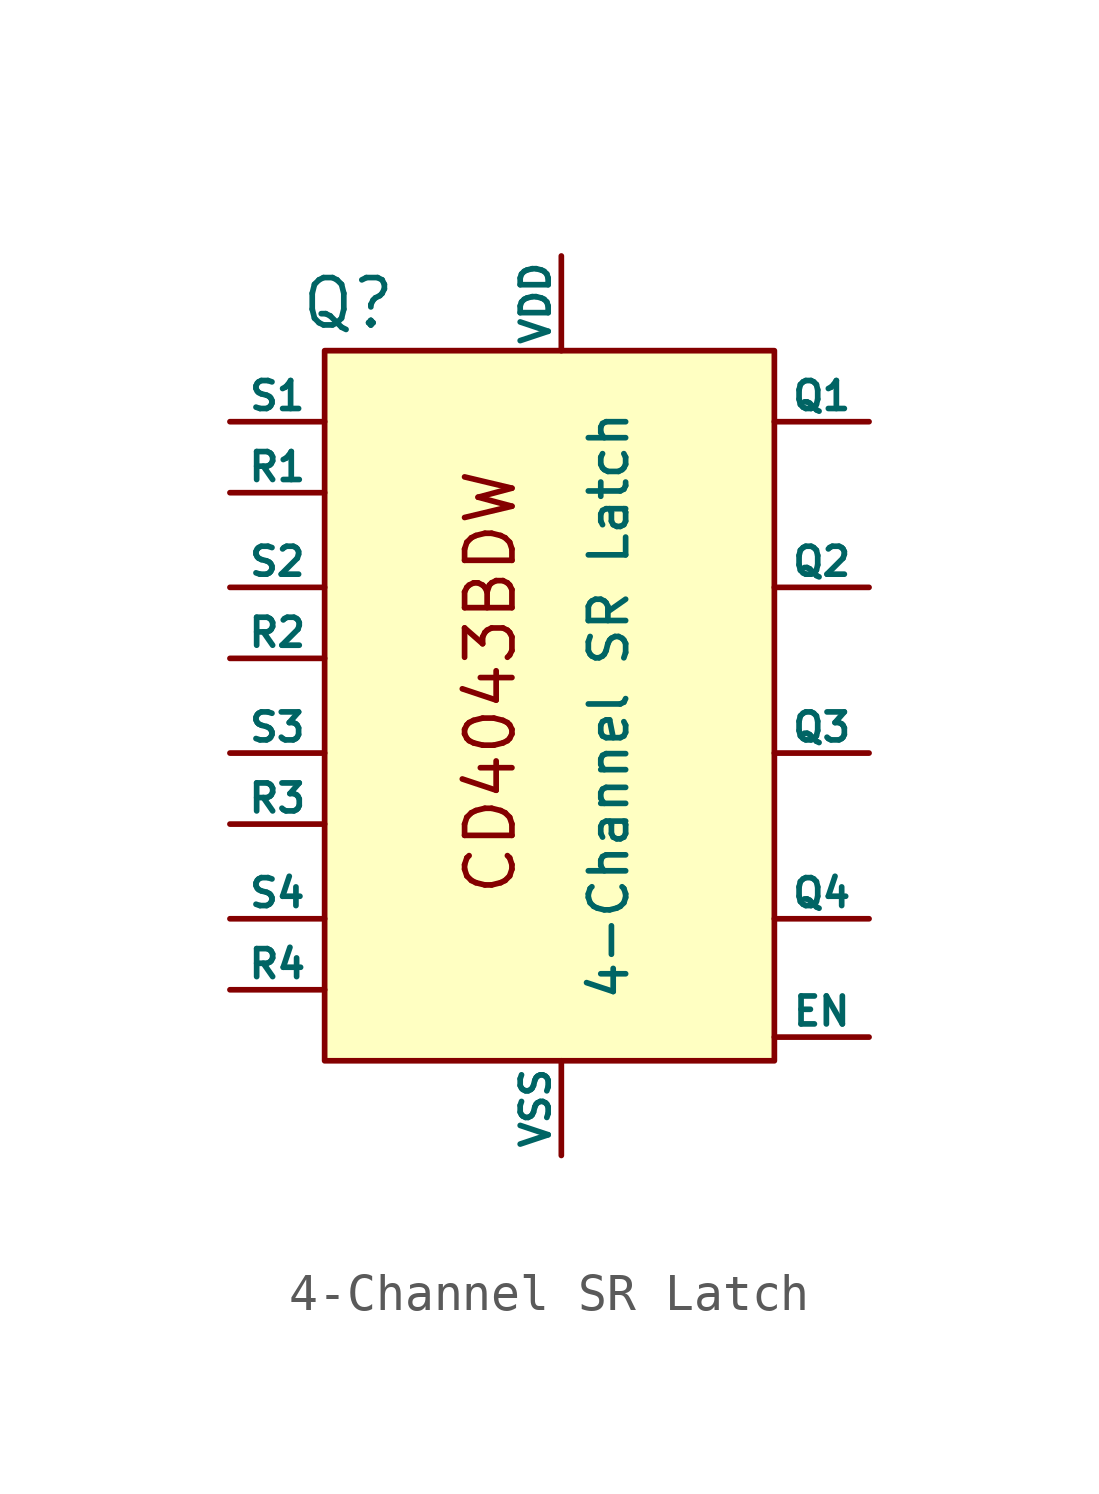
<source format=kicad_sym>
(kicad_symbol_lib
  (version 20211014)
  (generator kicad_symbol_editor)
  (symbol "4-Channel SR Latch"
    (pin_numbers hide)
    (pin_names
      (offset 0))
    (property "Reference" "Q"
      (at -5.715 7.62 0)
      (effects (font (size 1.27 1.27))))
    (property "Value" "4-Channel SR Latch"
      (at 1.27 -3.175 90)
      (effects (font (size 1 1))))
    (symbol "4-Channel SR Latch_0_0"
      (text "CD4043BDW" (at -1.905 -2.54 900) (effects (font (size 1.27 1.27)))))
    (symbol "4-Channel SR Latch_0_1"
      (rectangle (start -6.35 6.35) (end 5.715 -12.7) (stroke (width 0) (type default) (color 0 0 0 0)) (fill (type background))))
    (symbol "4-Channel SR Latch_1_1"
      (pin output line (at 8.255 -8.89 180) (length 2.54) (name "Q4" (effects (font (size 0.75 0.75)))) (number "1" (effects (font (size 1.27 1.27)))))
      (pin output line (at 8.255 -4.445 180) (length 2.54) (name "Q3" (effects (font (size 0.75 0.75)))) (number "10" (effects (font (size 1.27 1.27)))))
      (pin input line (at -8.89 -6.35 0) (length 2.54) (name "R3" (effects (font (size 0.75 0.75)))) (number "11" (effects (font (size 1.27 1.27)))))
      (pin input line (at -8.89 -4.445 0) (length 2.54) (name "S3" (effects (font (size 0.75 0.75)))) (number "12" (effects (font (size 1.27 1.27)))))
      (pin input line (at -8.89 -8.89 0) (length 2.54) (name "S4" (effects (font (size 0.75 0.75)))) (number "14" (effects (font (size 1.27 1.27)))))
      (pin input line (at -8.89 -10.795 0) (length 2.54) (name "R4" (effects (font (size 0.75 0.75)))) (number "15" (effects (font (size 1.27 1.27)))))
      (pin input line (at 0 8.89 270) (length 2.54) (name "VDD" (effects (font (size 0.75 0.75)))) (number "16" (effects (font (size 1.27 1.27)))))
      (pin output line (at 8.255 4.445 180) (length 2.54) (name "Q1" (effects (font (size 0.75 0.75)))) (number "2" (effects (font (size 1.27 1.27)))))
      (pin input line (at -8.89 2.54 0) (length 2.54) (name "R1" (effects (font (size 0.75 0.75)))) (number "3" (effects (font (size 1.27 1.27)))))
      (pin input line (at -8.89 4.445 0) (length 2.54) (name "S1" (effects (font (size 0.75 0.75)))) (number "4" (effects (font (size 1.27 1.27)))))
      (pin input line (at 8.255 -12.065 180) (length 2.54) (name "EN" (effects (font (size 0.75 0.75)))) (number "5" (effects (font (size 1.27 1.27)))))
      (pin input line (at -8.89 0 0) (length 2.54) (name "S2" (effects (font (size 0.75 0.75)))) (number "6" (effects (font (size 1.27 1.27)))))
      (pin input line (at -8.89 -1.905 0) (length 2.54) (name "R2" (effects (font (size 0.75 0.75)))) (number "7" (effects (font (size 1.27 1.27)))))
      (pin input line (at 0 -15.24 90) (length 2.54) (name "VSS" (effects (font (size 0.75 0.75)))) (number "8" (effects (font (size 1.27 1.27)))))
      (pin output line (at 8.255 0 180) (length 2.54) (name "Q2" (effects (font (size 0.75 0.75)))) (number "9" (effects (font (size 1.27 1.27))))))))
</source>
